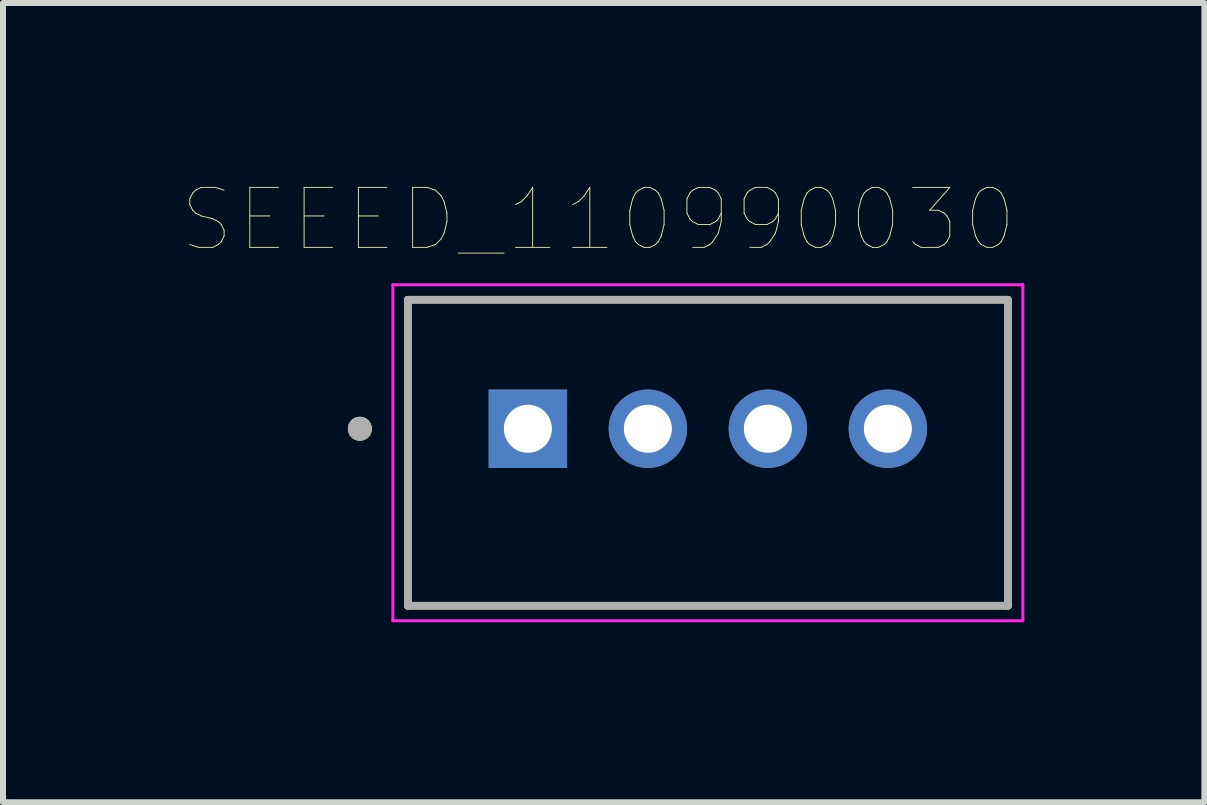
<source format=kicad_pcb>
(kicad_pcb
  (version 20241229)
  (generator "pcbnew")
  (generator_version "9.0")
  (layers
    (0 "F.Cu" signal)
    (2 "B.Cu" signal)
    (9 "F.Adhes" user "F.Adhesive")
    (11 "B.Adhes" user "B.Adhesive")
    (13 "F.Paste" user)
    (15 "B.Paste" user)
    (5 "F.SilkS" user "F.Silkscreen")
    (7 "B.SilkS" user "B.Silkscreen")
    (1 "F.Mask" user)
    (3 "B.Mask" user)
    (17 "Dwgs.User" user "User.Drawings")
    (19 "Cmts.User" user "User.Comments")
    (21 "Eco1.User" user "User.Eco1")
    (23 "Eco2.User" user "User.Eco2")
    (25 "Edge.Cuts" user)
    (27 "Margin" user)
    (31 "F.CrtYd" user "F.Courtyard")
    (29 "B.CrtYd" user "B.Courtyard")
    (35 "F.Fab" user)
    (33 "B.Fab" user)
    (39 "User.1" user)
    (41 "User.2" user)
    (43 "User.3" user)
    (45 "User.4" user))
  (footprint "SEEED_110990030"
    (layer "F.Cu")
    (at 8.748 4.096)
    (property "Reference" "SEEED_110990030" (at -1.825 -3.485 0) (layer "F.SilkS") (effects (font (size 1 1) (thickness 0.015))))
    (attr through_hole)
    (fp_line (start -5 -2.15) (end 5 -2.15) (stroke (width 0.127) (type solid)) (layer "F.SilkS"))
    (fp_line (start -5 2.95) (end -5 -2.15) (stroke (width 0.127) (type solid)) (layer "F.SilkS"))
    (fp_line (start 5 -2.15) (end 5 2.95) (stroke (width 0.127) (type solid)) (layer "F.SilkS"))
    (fp_line (start 5 2.95) (end -5 2.95) (stroke (width 0.127) (type solid)) (layer "F.SilkS"))
    (fp_circle (center -5.8 0) (end -5.7 0) (stroke (width 0.2) (type solid)) (fill no) (layer "F.SilkS"))
    (fp_line (start -5.25 -2.4) (end 5.25 -2.4) (stroke (width 0.05) (type solid)) (layer "F.CrtYd"))
    (fp_line (start -5.25 3.2) (end -5.25 -2.4) (stroke (width 0.05) (type solid)) (layer "F.CrtYd"))
    (fp_line (start 5.25 -2.4) (end 5.25 3.2) (stroke (width 0.05) (type solid)) (layer "F.CrtYd"))
    (fp_line (start 5.25 3.2) (end -5.25 3.2) (stroke (width 0.05) (type solid)) (layer "F.CrtYd"))
    (fp_line (start -5 -2.15) (end 5 -2.15) (stroke (width 0.127) (type solid)) (layer "F.Fab"))
    (fp_line (start -5 2.95) (end -5 -2.15) (stroke (width 0.127) (type solid)) (layer "F.Fab"))
    (fp_line (start 5 -2.15) (end 5 2.95) (stroke (width 0.127) (type solid)) (layer "F.Fab"))
    (fp_line (start 5 2.95) (end -5 2.95) (stroke (width 0.127) (type solid)) (layer "F.Fab"))
    (fp_circle (center -5.8 0) (end -5.7 0) (stroke (width 0.2) (type solid)) (fill no) (layer "F.Fab"))
    (pad "1" thru_hole rect (at -3 0) (size 1.308 1.308) (drill 0.8) (layers "*.Cu" "*.Mask"))
    (pad "2" thru_hole circle (at -1 0) (size 1.308 1.308) (drill 0.8) (layers "*.Cu" "*.Mask"))
    (pad "3" thru_hole circle (at 1 0) (size 1.308 1.308) (drill 0.8) (layers "*.Cu" "*.Mask"))
    (pad "4" thru_hole circle (at 3 0) (size 1.308 1.308) (drill 0.8) (layers "*.Cu" "*.Mask")))
  (gr_rect
    (start -3 -3)
    (end 17.023 10.321)
    (stroke (width 0.1) (type default))
    (fill no)
    (layer "Edge.Cuts")))
</source>
